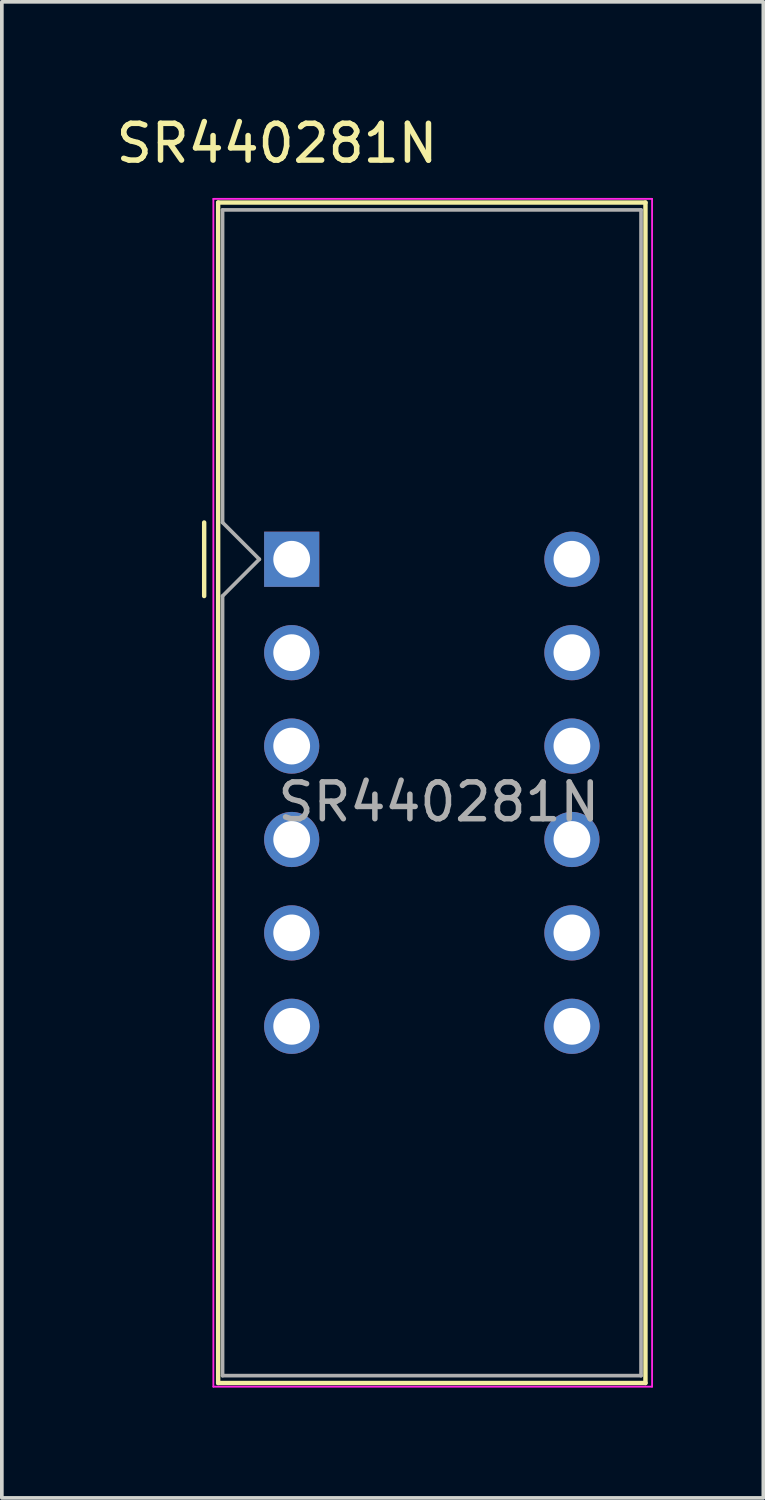
<source format=kicad_pcb>
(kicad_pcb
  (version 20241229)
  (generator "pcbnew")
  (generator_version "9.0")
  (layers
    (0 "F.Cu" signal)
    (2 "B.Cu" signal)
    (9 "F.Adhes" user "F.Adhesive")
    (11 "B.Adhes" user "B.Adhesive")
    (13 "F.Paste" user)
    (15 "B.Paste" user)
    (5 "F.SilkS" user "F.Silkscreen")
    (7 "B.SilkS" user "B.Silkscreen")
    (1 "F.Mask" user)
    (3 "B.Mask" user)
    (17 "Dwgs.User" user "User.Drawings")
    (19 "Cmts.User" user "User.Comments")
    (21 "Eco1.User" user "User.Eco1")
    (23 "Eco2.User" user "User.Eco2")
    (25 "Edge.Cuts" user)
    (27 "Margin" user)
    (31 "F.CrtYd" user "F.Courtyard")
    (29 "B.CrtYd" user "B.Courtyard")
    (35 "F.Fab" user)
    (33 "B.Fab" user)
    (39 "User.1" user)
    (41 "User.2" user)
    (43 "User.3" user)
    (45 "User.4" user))
  (footprint "SR440281N"
    (layer "F.Cu")
    (at 4.882 12.158)
    (property "Reference" "SR440281N" (at -0.4 -11.31 0) (layer "F.SilkS") (effects (font (size 1 1) (thickness 0.15))))
    (attr through_hole)
    (fp_line (start -2.38 -1) (end -2.38 1) (stroke (width 0.12) (type solid)) (layer "F.SilkS"))
    (fp_line (start -2 -9.7) (end -2 22.4) (stroke (width 0.12) (type solid)) (layer "F.SilkS"))
    (fp_line (start -2 -9.7) (end 9.62 -9.7) (stroke (width 0.12) (type solid)) (layer "F.SilkS"))
    (fp_line (start -2 22.4) (end 9.62 22.4) (stroke (width 0.12) (type solid)) (layer "F.SilkS"))
    (fp_line (start 9.62 22.4) (end 9.62 -9.7) (stroke (width 0.12) (type solid)) (layer "F.SilkS"))
    (fp_line (start -2.13 -9.8) (end 9.8 -9.8) (stroke (width 0.05) (type solid)) (layer "F.CrtYd"))
    (fp_line (start -2.13 22.5) (end -2.13 -9.8) (stroke (width 0.05) (type solid)) (layer "F.CrtYd"))
    (fp_line (start 9.8 -9.8) (end 9.8 22.5) (stroke (width 0.05) (type solid)) (layer "F.CrtYd"))
    (fp_line (start 9.8 22.5) (end -2.13 22.5) (stroke (width 0.05) (type solid)) (layer "F.CrtYd"))
    (fp_line (start -1.88 -9.5) (end 9.5 -9.5) (stroke (width 0.1) (type solid)) (layer "F.Fab"))
    (fp_line (start -1.88 -1) (end -1.88 -9.5) (stroke (width 0.1) (type solid)) (layer "F.Fab"))
    (fp_line (start -1.88 1) (end -1.88 22.2) (stroke (width 0.1) (type solid)) (layer "F.Fab"))
    (fp_line (start -1.88 1) (end -0.88 0) (stroke (width 0.1) (type solid)) (layer "F.Fab"))
    (fp_line (start -1.88 22.2) (end 9.5 22.2) (stroke (width 0.1) (type solid)) (layer "F.Fab"))
    (fp_line (start -0.88 0) (end -1.88 -1) (stroke (width 0.1) (type solid)) (layer "F.Fab"))
    (fp_line (start 9.5 -9.5) (end 9.5 22.2) (stroke (width 0.1) (type solid)) (layer "F.Fab"))
    (fp_text user "${REFERENCE}" (at 4 6.6 0) (layer "F.Fab") (effects (font (size 1 1) (thickness 0.15))))
    (pad "1" thru_hole rect (at 0 0) (size 1.5 1.5) (drill 1) (layers "*.Cu" "*.Mask"))
    (pad "2" thru_hole circle (at 0 2.54) (size 1.5 1.5) (drill 1) (layers "*.Cu" "*.Mask"))
    (pad "3" thru_hole circle (at 0 5.08) (size 1.5 1.5) (drill 1) (layers "*.Cu" "*.Mask"))
    (pad "4" thru_hole circle (at 0 7.62) (size 1.5 1.5) (drill 1) (layers "*.Cu" "*.Mask"))
    (pad "5" thru_hole circle (at 0 10.16) (size 1.5 1.5) (drill 1) (layers "*.Cu" "*.Mask"))
    (pad "6" thru_hole circle (at 0 12.7) (size 1.5 1.5) (drill 1) (layers "*.Cu" "*.Mask"))
    (pad "7" thru_hole circle (at 7.62 12.7) (size 1.5 1.5) (drill 1) (layers "*.Cu" "*.Mask"))
    (pad "8" thru_hole circle (at 7.62 10.16) (size 1.5 1.5) (drill 1) (layers "*.Cu" "*.Mask"))
    (pad "9" thru_hole circle (at 7.62 7.62) (size 1.5 1.5) (drill 1) (layers "*.Cu" "*.Mask"))
    (pad "10" thru_hole circle (at 7.62 5.08) (size 1.5 1.5) (drill 1) (layers "*.Cu" "*.Mask"))
    (pad "11" thru_hole circle (at 7.62 2.54) (size 1.5 1.5) (drill 1) (layers "*.Cu" "*.Mask"))
    (pad "12" thru_hole circle (at 7.62 0) (size 1.5 1.5) (drill 1) (layers "*.Cu" "*.Mask")))
  (gr_rect
    (start -3 -3)
    (end 17.707 37.683)
    (stroke (width 0.1) (type default))
    (fill no)
    (layer "Edge.Cuts")))
</source>
